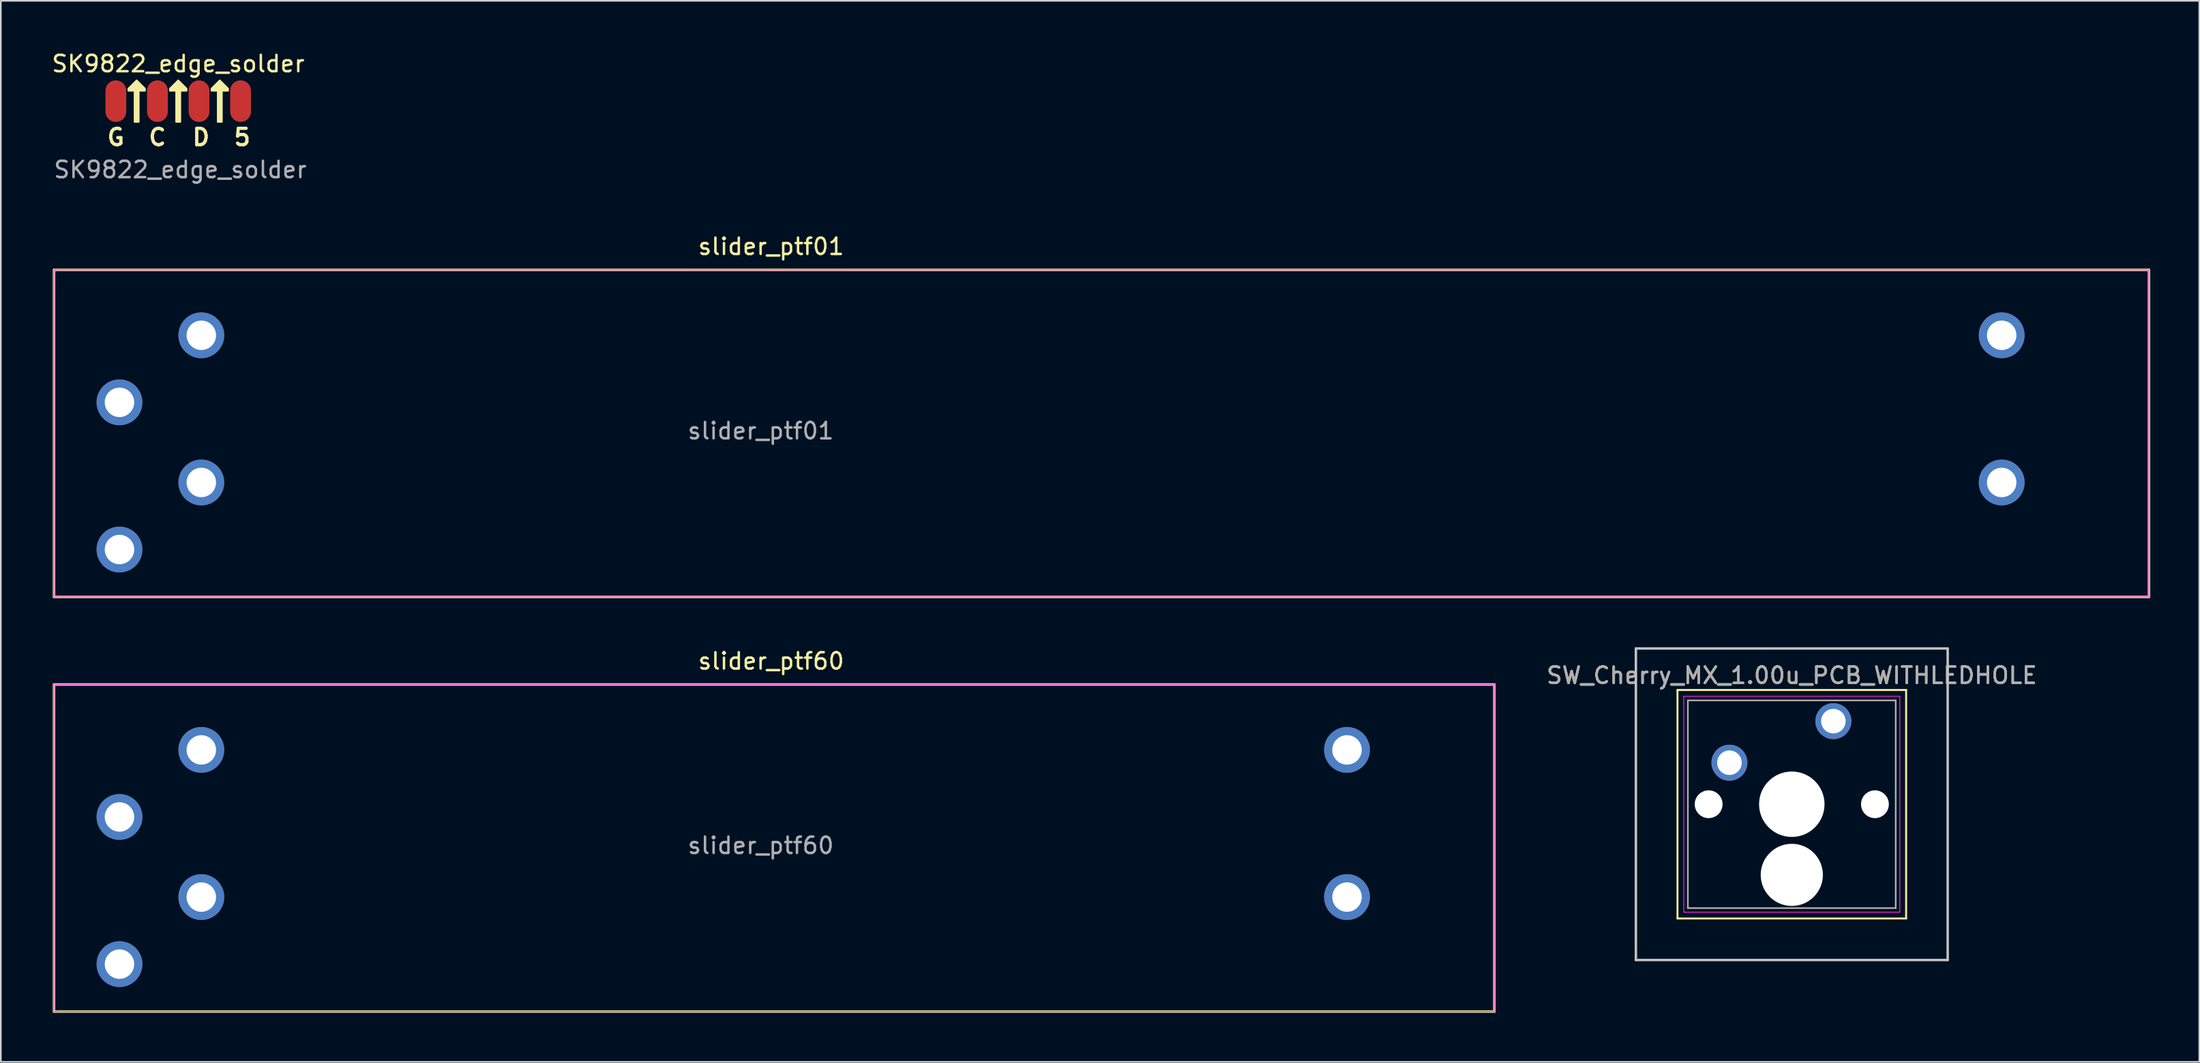
<source format=kicad_pcb>
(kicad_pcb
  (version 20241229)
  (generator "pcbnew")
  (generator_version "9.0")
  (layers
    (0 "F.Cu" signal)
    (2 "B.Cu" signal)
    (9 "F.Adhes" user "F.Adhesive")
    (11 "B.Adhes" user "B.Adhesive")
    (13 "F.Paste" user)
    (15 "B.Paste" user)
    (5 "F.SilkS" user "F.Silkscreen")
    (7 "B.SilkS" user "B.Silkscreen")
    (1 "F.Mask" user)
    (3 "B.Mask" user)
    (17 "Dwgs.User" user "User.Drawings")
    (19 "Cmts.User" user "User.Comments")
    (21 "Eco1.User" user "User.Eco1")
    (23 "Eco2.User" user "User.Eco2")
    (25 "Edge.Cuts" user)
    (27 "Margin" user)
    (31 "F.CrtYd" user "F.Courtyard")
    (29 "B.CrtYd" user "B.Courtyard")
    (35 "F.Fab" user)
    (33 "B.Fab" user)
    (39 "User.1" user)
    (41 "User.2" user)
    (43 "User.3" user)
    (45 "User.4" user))
  (footprint "slider_ptf01"
    (layer "F.Cu")
    (at 0.25 23.452)
    (property "Reference" "slider_ptf01" (at 43.815 -11.43 0) (layer "F.SilkS") (effects (font (size 1 1) (thickness 0.15))))
    (attr through_hole)
    (fp_line (start 0 -10) (end 0 10) (stroke (width 0.15) (type solid)) (layer "F.SilkS"))
    (fp_line (start 0 10) (end 128 10) (stroke (width 0.15) (type solid)) (layer "F.SilkS"))
    (fp_line (start 128 -10) (end 0 -10) (stroke (width 0.15) (type solid)) (layer "F.SilkS"))
    (fp_line (start 128 10) (end 128 -10) (stroke (width 0.15) (type solid)) (layer "F.SilkS"))
    (fp_line (start 0 -10) (end 0 10) (stroke (width 0.05) (type solid)) (layer "F.CrtYd"))
    (fp_line (start 0 10) (end 128 10) (stroke (width 0.05) (type solid)) (layer "F.CrtYd"))
    (fp_line (start 128 -10) (end 0 -10) (stroke (width 0.05) (type solid)) (layer "F.CrtYd"))
    (fp_line (start 128 10) (end 128 -10) (stroke (width 0.05) (type solid)) (layer "F.CrtYd"))
    (fp_text user "${REFERENCE}" (at 43.18 -0.155 0) (layer "F.Fab") (effects (font (size 1 1) (thickness 0.15))))
    (pad "1" thru_hole circle (at 9 -6) (size 2.8 2.8) (drill 1.8) (layers "*.Cu" "*.Mask"))
    (pad "2" thru_hole circle (at 4 -1.9) (size 2.8 2.8) (drill 1.8) (layers "*.Cu" "*.Mask"))
    (pad "3" thru_hole circle (at 119 -6) (size 2.8 2.8) (drill 1.8) (layers "*.Cu" "*.Mask"))
    (pad "4" thru_hole circle (at 9 3) (size 2.8 2.8) (drill 1.8) (layers "*.Cu" "*.Mask"))
    (pad "5" thru_hole circle (at 4 7.1) (size 2.8 2.8) (drill 1.8) (layers "*.Cu" "*.Mask"))
    (pad "6" thru_hole circle (at 119 3) (size 2.8 2.8) (drill 1.8) (layers "*.Cu" "*.Mask")))
  (footprint "slider_ptf60"
    (layer "F.Cu")
    (at 0.25 48.805)
    (property "Reference" "slider_ptf60" (at 43.815 -11.43 0) (layer "F.SilkS") (effects (font (size 1 1) (thickness 0.15))))
    (attr through_hole)
    (fp_line (start 0 -10) (end 0 10) (stroke (width 0.15) (type solid)) (layer "F.SilkS"))
    (fp_line (start 0 10) (end 88 10) (stroke (width 0.15) (type solid)) (layer "F.SilkS"))
    (fp_line (start 88 -10) (end 0 -10) (stroke (width 0.15) (type solid)) (layer "F.SilkS"))
    (fp_line (start 88 10) (end 88 -10) (stroke (width 0.15) (type solid)) (layer "F.SilkS"))
    (fp_line (start 0 -10) (end 0 10) (stroke (width 0.05) (type solid)) (layer "F.CrtYd"))
    (fp_line (start 0 10) (end 88 10) (stroke (width 0.05) (type solid)) (layer "F.CrtYd"))
    (fp_line (start 88 -10) (end 0 -10) (stroke (width 0.05) (type solid)) (layer "F.CrtYd"))
    (fp_line (start 88 10) (end 88 -10) (stroke (width 0.05) (type solid)) (layer "F.CrtYd"))
    (fp_text user "${REFERENCE}" (at 43.18 -0.155 0) (layer "F.Fab") (effects (font (size 1 1) (thickness 0.15))))
    (pad "1" thru_hole circle (at 9 -6) (size 2.8 2.8) (drill 1.8) (layers "*.Cu" "*.Mask"))
    (pad "2" thru_hole circle (at 4 -1.9) (size 2.8 2.8) (drill 1.8) (layers "*.Cu" "*.Mask"))
    (pad "3" thru_hole circle (at 79 -6) (size 2.8 2.8) (drill 1.8) (layers "*.Cu" "*.Mask"))
    (pad "4" thru_hole circle (at 9 3) (size 2.8 2.8) (drill 1.8) (layers "*.Cu" "*.Mask"))
    (pad "5" thru_hole circle (at 4 7.1) (size 2.8 2.8) (drill 1.8) (layers "*.Cu" "*.Mask"))
    (pad "6" thru_hole circle (at 79 3) (size 2.8 2.8) (drill 1.8) (layers "*.Cu" "*.Mask")))
  (footprint "SW_Cherry_MX_1.00u_PCB_WITHLEDHOLE"
    (layer "F.Cu")
    (at 108.966 41.047)
    (property "Reference" "SW_Cherry_MX_1.00u_PCB_WITHLEDHOLE" (at -2.54 -2.794 0) (layer "F.SilkS") (effects (font (size 1 1) (thickness 0.15))))
    (attr through_hole)
    (fp_line (start -9.525 -1.905) (end 4.445 -1.905) (stroke (width 0.12) (type solid)) (layer "F.SilkS"))
    (fp_line (start -9.525 12.065) (end -9.525 -1.905) (stroke (width 0.12) (type solid)) (layer "F.SilkS"))
    (fp_line (start 4.445 -1.905) (end 4.445 12.065) (stroke (width 0.12) (type solid)) (layer "F.SilkS"))
    (fp_line (start 4.445 12.065) (end -9.525 12.065) (stroke (width 0.12) (type solid)) (layer "F.SilkS"))
    (fp_line (start -12.065 -4.445) (end 6.985 -4.445) (stroke (width 0.15) (type solid)) (layer "Dwgs.User"))
    (fp_line (start -12.065 14.605) (end -12.065 -4.445) (stroke (width 0.15) (type solid)) (layer "Dwgs.User"))
    (fp_line (start 6.985 -4.445) (end 6.985 14.605) (stroke (width 0.15) (type solid)) (layer "Dwgs.User"))
    (fp_line (start 6.985 14.605) (end -12.065 14.605) (stroke (width 0.15) (type solid)) (layer "Dwgs.User"))
    (fp_line (start -9.14 -1.52) (end 4.06 -1.52) (stroke (width 0.05) (type solid)) (layer "F.CrtYd"))
    (fp_line (start -9.14 11.68) (end -9.14 -1.52) (stroke (width 0.05) (type solid)) (layer "F.CrtYd"))
    (fp_line (start 4.06 -1.52) (end 4.06 11.68) (stroke (width 0.05) (type solid)) (layer "F.CrtYd"))
    (fp_line (start 4.06 11.68) (end -9.14 11.68) (stroke (width 0.05) (type solid)) (layer "F.CrtYd"))
    (fp_line (start -8.89 -1.27) (end 3.81 -1.27) (stroke (width 0.1) (type solid)) (layer "F.Fab"))
    (fp_line (start -8.89 11.43) (end -8.89 -1.27) (stroke (width 0.1) (type solid)) (layer "F.Fab"))
    (fp_line (start 3.81 -1.27) (end 3.81 11.43) (stroke (width 0.1) (type solid)) (layer "F.Fab"))
    (fp_line (start 3.81 11.43) (end -8.89 11.43) (stroke (width 0.1) (type solid)) (layer "F.Fab"))
    (fp_text user "${REFERENCE}" (at -2.54 -2.794 0) (layer "F.Fab") (effects (font (size 1 1) (thickness 0.15))))
    (pad "" np_thru_hole circle (at -7.62 5.08) (size 1.7 1.7) (drill 1.7) (layers "*.Cu" "*.Mask"))
    (pad "" np_thru_hole circle (at -2.54 5.08) (size 4 4) (drill 4) (layers "*.Cu" "*.Mask"))
    (pad "" np_thru_hole circle (at -2.54 9.4) (size 3.8 3.8) (drill 3.8) (layers "*.Cu" "*.Mask"))
    (pad "" np_thru_hole circle (at 2.54 5.08) (size 1.7 1.7) (drill 1.7) (layers "*.Cu" "*.Mask"))
    (pad "1" thru_hole circle (at 0 0) (size 2.2 2.2) (drill 1.5) (layers "*.Cu" "*.Mask"))
    (pad "2" thru_hole circle (at -6.35 2.54) (size 2.2 2.2) (drill 1.5) (layers "*.Cu" "*.Mask")))
  (footprint "SK9822_edge_solder"
    (layer "F.Cu")
    (at 7.839 3.134)
    (property "Reference" "SK9822_edge_solder" (at 0 -2.286 0) (layer "F.SilkS") (effects (font (size 1 1) (thickness 0.15))))
    (attr exclude_from_pos_files exclude_from_bom)
    (fp_poly (pts (xy -2.54 -1.27) (xy -3.048 -0.762) (xy -3.048 -0.635) (xy -2.667 -0.635) (xy -2.667 1.27) (xy -2.413 1.27) (xy -2.413 -0.635) (xy -2.032 -0.635) (xy -2.032 -0.762)) (stroke (width 0.1) (type solid)) (fill yes) (layer "F.SilkS"))
    (fp_poly (pts (xy 0 -1.27) (xy -0.508 -0.762) (xy -0.508 -0.635) (xy -0.127 -0.635) (xy -0.127 1.27) (xy 0.127 1.27) (xy 0.127 -0.635) (xy 0.508 -0.635) (xy 0.508 -0.762)) (stroke (width 0.1) (type solid)) (fill yes) (layer "F.SilkS"))
    (fp_poly (pts (xy 2.54 -1.27) (xy 2.032 -0.762) (xy 2.032 -0.635) (xy 2.413 -0.635) (xy 2.413 1.27) (xy 2.667 1.27) (xy 2.667 -0.635) (xy 3.048 -0.635) (xy 3.048 -0.762)) (stroke (width 0.1) (type solid)) (fill yes) (layer "F.SilkS"))
    (fp_text user "D" (at 0.762 2.794 0) (unlocked yes) (layer "F.SilkS") (effects (font (size 1 1) (thickness 0.2) (bold yes)) (justify left bottom)))
    (fp_text user "G" (at -4.445 2.794 0) (unlocked yes) (layer "F.SilkS") (effects (font (size 1 1) (thickness 0.2) (bold yes)) (justify left bottom)))
    (fp_text user "5" (at 3.302 2.794 0) (unlocked yes) (layer "F.SilkS") (effects (font (size 1 1) (thickness 0.2) (bold yes)) (justify left bottom)))
    (fp_text user "C" (at -1.905 2.794 0) (unlocked yes) (layer "F.SilkS") (effects (font (size 1 1) (thickness 0.2) (bold yes)) (justify left bottom)))
    (fp_text user "${REFERENCE}" (at 0.127 4.191 0) (layer "F.Fab") (effects (font (size 1 1) (thickness 0.15))))
    (pad "1" smd oval (at -3.81 0 180) (size 1.27 2.54) (layers "F.Cu" "F.Mask" "F.Paste"))
    (pad "2" smd oval (at -1.27 0 180) (size 1.27 2.54) (layers "F.Cu" "F.Mask" "F.Paste"))
    (pad "3" smd oval (at 1.27 0 180) (size 1.27 2.54) (layers "F.Cu" "F.Mask" "F.Paste"))
    (pad "4" smd oval (at 3.81 0 180) (size 1.27 2.54) (layers "F.Cu" "F.Mask" "F.Paste")))
  (gr_rect
    (start -3 -3)
    (end 131.325 61.88)
    (stroke (width 0.1) (type default))
    (fill no)
    (layer "Edge.Cuts")))
</source>
